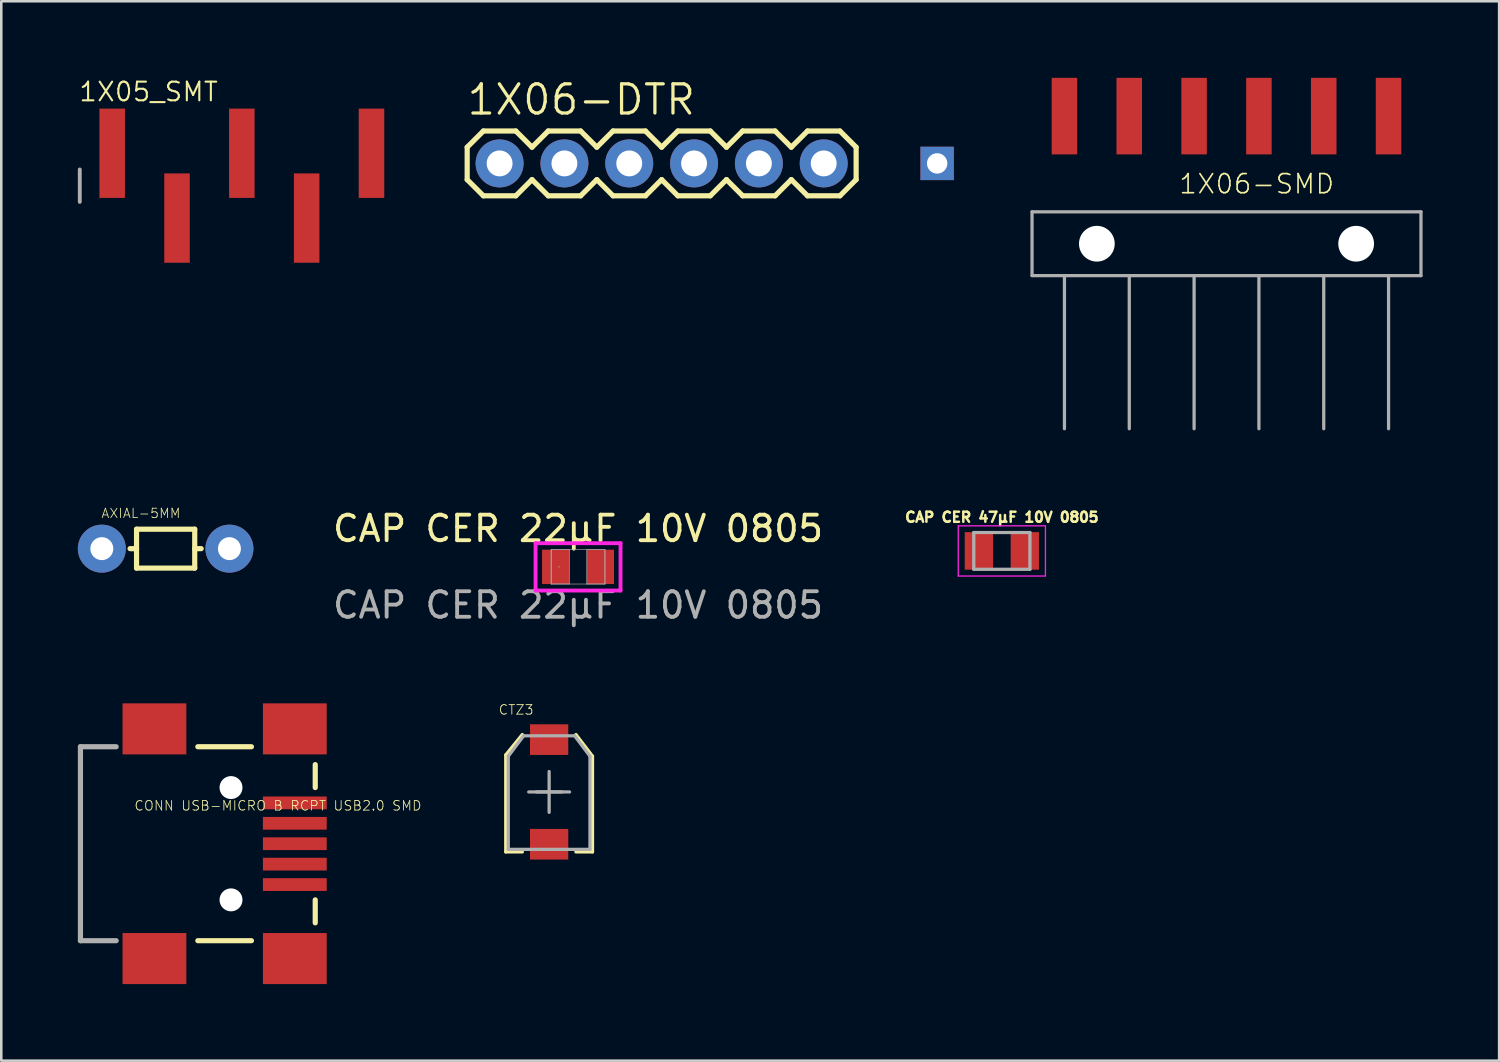
<source format=kicad_pcb>
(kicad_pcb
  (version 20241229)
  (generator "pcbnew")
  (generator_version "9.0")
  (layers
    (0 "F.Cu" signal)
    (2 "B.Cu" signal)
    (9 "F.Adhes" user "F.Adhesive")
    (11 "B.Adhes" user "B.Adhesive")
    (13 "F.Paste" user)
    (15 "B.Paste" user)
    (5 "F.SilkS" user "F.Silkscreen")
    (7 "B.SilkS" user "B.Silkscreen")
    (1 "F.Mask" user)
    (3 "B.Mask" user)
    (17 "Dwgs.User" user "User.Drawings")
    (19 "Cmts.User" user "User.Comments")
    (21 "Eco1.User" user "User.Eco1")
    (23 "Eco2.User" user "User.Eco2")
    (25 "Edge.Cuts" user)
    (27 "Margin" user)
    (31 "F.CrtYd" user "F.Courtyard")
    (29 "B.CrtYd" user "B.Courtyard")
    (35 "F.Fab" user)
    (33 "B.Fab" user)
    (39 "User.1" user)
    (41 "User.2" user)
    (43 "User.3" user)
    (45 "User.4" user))
  (footprint "AXIAL-5MM"
    (layer "F.Cu")
    (at 3.44 18.448)
    (property "Reference" "AXIAL-5MM" (at -2.54 -1.17 0) (unlocked yes) (layer "F.SilkS") (effects (font (size 0.368 0.368) (thickness 0.032)) (justify left bottom)))
    (fp_line (start -1.14 -0.762) (end 1.14 -0.762) (stroke (width 0.203) (type solid)) (layer "F.SilkS"))
    (fp_line (start -1.14 0) (end -1.394 0) (stroke (width 0.203) (type solid)) (layer "F.SilkS"))
    (fp_line (start -1.14 0) (end -1.14 -0.762) (stroke (width 0.203) (type solid)) (layer "F.SilkS"))
    (fp_line (start -1.14 0.762) (end -1.14 0) (stroke (width 0.203) (type solid)) (layer "F.SilkS"))
    (fp_line (start 1.14 -0.762) (end 1.14 0) (stroke (width 0.203) (type solid)) (layer "F.SilkS"))
    (fp_line (start 1.14 0) (end 1.14 0.762) (stroke (width 0.203) (type solid)) (layer "F.SilkS"))
    (fp_line (start 1.14 0) (end 1.394 0) (stroke (width 0.203) (type solid)) (layer "F.SilkS"))
    (fp_line (start 1.14 0.762) (end -1.14 0.762) (stroke (width 0.203) (type solid)) (layer "F.SilkS"))
    (pad "P$1" thru_hole circle (at -2.5 0) (size 1.88 1.88) (drill 0.9) (layers "*.Cu" "*.Mask"))
    (pad "P$2" thru_hole circle (at 2.5 0) (size 1.88 1.88) (drill 0.9) (layers "*.Cu" "*.Mask")))
  (footprint "CONN USB-MICRO B RCPT USB2.0 SMD"
    (layer "F.Cu")
    (at 6.002 30.01)
    (property "Reference" "CONN USB-MICRO B RCPT USB2.0 SMD" (at -3.81 -1.27 0) (unlocked yes) (layer "F.SilkS") (effects (font (size 0.374 0.374) (thickness 0.033)) (justify left bottom)))
    (fp_line (start -1.3 -3.8) (end 0.8 -3.8) (stroke (width 0.203) (type solid)) (layer "F.SilkS"))
    (fp_line (start 0.8 3.8) (end -1.3 3.8) (stroke (width 0.203) (type solid)) (layer "F.SilkS"))
    (fp_line (start 3.3 -3.1) (end 3.3 -2.2) (stroke (width 0.203) (type solid)) (layer "F.SilkS"))
    (fp_line (start 3.3 2.2) (end 3.3 3.1) (stroke (width 0.203) (type solid)) (layer "F.SilkS"))
    (fp_line (start -5.9 -3.8) (end -5.9 3.8) (stroke (width 0.203) (type solid)) (layer "F.Fab"))
    (fp_line (start -5.9 -3.8) (end -4.5 -3.8) (stroke (width 0.203) (type solid)) (layer "F.Fab"))
    (fp_line (start -5.9 3.8) (end -4.5 3.8) (stroke (width 0.203) (type solid)) (layer "F.Fab"))
    (pad "" np_thru_hole circle (at 0 -2.2) (size 0.9 0.9) (drill 0.9) (layers "*.Cu" "*.Mask"))
    (pad "" np_thru_hole circle (at 0 2.2) (size 0.9 0.9) (drill 0.9) (layers "*.Cu" "*.Mask"))
    (pad "D+" smd rect (at 2.5 0) (size 2.5 0.5) (layers "F.Cu" "F.Mask" "F.Paste"))
    (pad "D-" smd rect (at 2.5 -0.8) (size 2.5 0.5) (layers "F.Cu" "F.Mask" "F.Paste"))
    (pad "GND" smd rect (at 2.5 1.6) (size 2.5 0.5) (layers "F.Cu" "F.Mask" "F.Paste"))
    (pad "ID" smd rect (at 2.5 0.8) (size 2.5 0.5) (layers "F.Cu" "F.Mask" "F.Paste"))
    (pad "MTN1" smd rect (at -3 -4.5) (size 2.5 2) (layers "F.Cu" "F.Mask" "F.Paste"))
    (pad "MTN2" smd rect (at 2.5 -4.5) (size 2.5 2) (layers "F.Cu" "F.Mask" "F.Paste"))
    (pad "MTN3" smd rect (at -3 4.5) (size 2.5 2) (layers "F.Cu" "F.Mask" "F.Paste"))
    (pad "MTN4" smd rect (at 2.5 4.5) (size 2.5 2) (layers "F.Cu" "F.Mask" "F.Paste"))
    (pad "VBUS" smd rect (at 2.5 -1.6) (size 2.5 0.5) (layers "F.Cu" "F.Mask" "F.Paste")))
  (footprint "1X05_SMT"
    (layer "F.Cu")
    (at 6.426 4.225)
    (property "Reference" "1X05_SMT" (at -6.426 -3.25 0) (unlocked yes) (layer "F.SilkS") (effects (font (size 0.732 0.732) (thickness 0.081)) (justify left bottom)))
    (fp_line (start -6.35 -0.635) (end -6.35 0.635) (stroke (width 0.152) (type solid)) (layer "F.Fab"))
    (pad "1" smd rect (at -5.08 -1.27) (size 1 3.5) (layers "F.Cu" "F.Mask" "F.Paste"))
    (pad "2" smd rect (at -2.54 1.27) (size 1 3.5) (layers "F.Cu" "F.Mask" "F.Paste"))
    (pad "3" smd rect (at 0 -1.27) (size 1 3.5) (layers "F.Cu" "F.Mask" "F.Paste"))
    (pad "4" smd rect (at 2.54 1.27) (size 1 3.5) (layers "F.Cu" "F.Mask" "F.Paste"))
    (pad "5" smd rect (at 5.08 -1.27) (size 1 3.5) (layers "F.Cu" "F.Mask" "F.Paste")))
  (footprint "CTZ3"
    (layer "F.Cu")
    (at 18.467 27.981)
    (property "Reference" "CTZ3" (at -2 -3 0) (unlocked yes) (layer "F.SilkS") (effects (font (size 0.374 0.374) (thickness 0.033)) (justify left bottom)))
    (fp_line (start -1.7 -1.45) (end -1.7 2.35) (stroke (width 0.127) (type solid)) (layer "F.SilkS"))
    (fp_line (start -1.7 2.35) (end -1.05 2.35) (stroke (width 0.127) (type solid)) (layer "F.SilkS"))
    (fp_line (start -1.05 -2.25) (end -1.7 -1.45) (stroke (width 0.127) (type solid)) (layer "F.SilkS"))
    (fp_line (start 1.05 -2.25) (end 1.7 -1.4) (stroke (width 0.127) (type solid)) (layer "F.SilkS"))
    (fp_line (start 1.7 -1.4) (end 1.7 2.35) (stroke (width 0.127) (type solid)) (layer "F.SilkS"))
    (fp_line (start 1.7 2.35) (end 1.05 2.35) (stroke (width 0.127) (type solid)) (layer "F.SilkS"))
    (fp_line (start -1.6 -1.4) (end -1.6 2.25) (stroke (width 0.127) (type solid)) (layer "F.Fab"))
    (fp_line (start -1.6 -1.4) (end -1 -2.2) (stroke (width 0.127) (type solid)) (layer "F.Fab"))
    (fp_line (start -1.6 2.25) (end 1.6 2.25) (stroke (width 0.127) (type solid)) (layer "F.Fab"))
    (fp_line (start -1 -2.2) (end 1 -2.2) (stroke (width 0.127) (type solid)) (layer "F.Fab"))
    (fp_line (start -0.8 0) (end 0.8 0) (stroke (width 0.127) (type solid)) (layer "F.Fab"))
    (fp_line (start -0.5 0) (end 0.5 0) (stroke (width 0.127) (type solid)) (layer "F.Fab"))
    (fp_line (start 0 -0.8) (end 0 0.8) (stroke (width 0.127) (type solid)) (layer "F.Fab"))
    (fp_line (start 1.6 -1.4) (end 1 -2.2) (stroke (width 0.127) (type solid)) (layer "F.Fab"))
    (fp_line (start 1.6 -1.4) (end 1.6 2.25) (stroke (width 0.127) (type solid)) (layer "F.Fab"))
    (pad "+" smd rect (at 0 -2.05) (size 1.5 1.2) (layers "F.Cu" "F.Mask" "F.Paste"))
    (pad "-" smd rect (at 0 2.05) (size 1.5 1.2) (layers "F.Cu" "F.Mask" "F.Paste")))
  (footprint "CAP CER 22μF 10V 0805"
    (layer "F.Cu")
    (at 19.6 19.162)
    (property "Reference" "CAP CER 22μF 10V 0805" (at 0 -1.5 0) (unlocked yes) (layer "F.SilkS") (effects (font (size 1 1) (thickness 0.15))))
    (attr smd)
    (fp_line (start -1.664 -0.927) (end 1.664 -0.927) (stroke (width 0.152) (type solid)) (layer "F.CrtYd"))
    (fp_line (start -1.664 0.927) (end -1.664 -0.927) (stroke (width 0.152) (type solid)) (layer "F.CrtYd"))
    (fp_line (start 1.664 -0.927) (end 1.664 0.927) (stroke (width 0.152) (type solid)) (layer "F.CrtYd"))
    (fp_line (start 1.664 0.927) (end -1.664 0.927) (stroke (width 0.152) (type solid)) (layer "F.CrtYd"))
    (fp_line (start -1.054 -0.673) (end -1.054 0.673) (stroke (width 0.025) (type solid)) (layer "F.Fab"))
    (fp_line (start -1.054 -0.673) (end -1.054 0.673) (stroke (width 0.025) (type solid)) (layer "F.Fab"))
    (fp_line (start -1.054 0.673) (end -0.343 0.673) (stroke (width 0.025) (type solid)) (layer "F.Fab"))
    (fp_line (start -1.054 0.673) (end 1.054 0.673) (stroke (width 0.025) (type solid)) (layer "F.Fab"))
    (fp_line (start -0.343 -0.673) (end -1.054 -0.673) (stroke (width 0.025) (type solid)) (layer "F.Fab"))
    (fp_line (start -0.343 0.673) (end -0.343 -0.673) (stroke (width 0.025) (type solid)) (layer "F.Fab"))
    (fp_line (start 0.343 -0.673) (end 0.343 0.673) (stroke (width 0.025) (type solid)) (layer "F.Fab"))
    (fp_line (start 0.343 0.673) (end 1.054 0.673) (stroke (width 0.025) (type solid)) (layer "F.Fab"))
    (fp_line (start 1.054 -0.673) (end -1.054 -0.673) (stroke (width 0.025) (type solid)) (layer "F.Fab"))
    (fp_line (start 1.054 -0.673) (end 0.343 -0.673) (stroke (width 0.025) (type solid)) (layer "F.Fab"))
    (fp_line (start 1.054 0.673) (end 1.054 -0.673) (stroke (width 0.025) (type solid)) (layer "F.Fab"))
    (fp_line (start 1.054 0.673) (end 1.054 -0.673) (stroke (width 0.025) (type solid)) (layer "F.Fab"))
    (fp_circle (center -0.749 0) (end -0.749 0) (stroke (width 0.025) (type solid)) (fill no) (layer "F.Fab"))
    (fp_text user "${REFERENCE}" (at 0 1.5 0) (unlocked yes) (layer "F.Fab") (effects (font (size 1 1) (thickness 0.15))))
    (pad "1" smd rect (at -0.876 0) (size 1.067 1.346) (layers "F.Cu" "F.Mask" "F.Paste"))
    (pad "2" smd rect (at 0.876 0) (size 1.067 1.346) (layers "F.Cu" "F.Mask" "F.Paste"))
    (zone (net_name "") (layer "F.Cu") (hatch full 0.508) (connect_pads) (min_thickness 0.254) (filled_areas_thickness no) (keepout (tracks not_allowed) (vias not_allowed) (pads allowed) (copperpour not_allowed) (footprints allowed)) (placement (enabled no)) (fill) (polygon (pts (xy 19.308 18.539) (xy 19.892 18.539) (xy 19.892 19.784) (xy 19.308 19.784)))))
  (footprint "1X06-SMD"
    (layer "F.Cu")
    (at 45.009 6.5)
    (property "Reference" "1X06-SMD" (at -1.905 -1.905 0) (unlocked yes) (layer "F.SilkS") (effects (font (size 0.748 0.748) (thickness 0.065)) (justify left bottom)))
    (fp_line (start -7.62 -1.25) (end -7.62 1.25) (stroke (width 0.127) (type solid)) (layer "F.Fab"))
    (fp_line (start -7.62 1.25) (end -6.35 1.25) (stroke (width 0.127) (type solid)) (layer "F.Fab"))
    (fp_line (start -6.35 1.25) (end -6.35 7.25) (stroke (width 0.127) (type solid)) (layer "F.Fab"))
    (fp_line (start -6.35 1.25) (end -3.81 1.25) (stroke (width 0.127) (type solid)) (layer "F.Fab"))
    (fp_line (start -3.81 1.25) (end -3.81 7.25) (stroke (width 0.127) (type solid)) (layer "F.Fab"))
    (fp_line (start -3.81 1.25) (end -1.27 1.25) (stroke (width 0.127) (type solid)) (layer "F.Fab"))
    (fp_line (start -1.27 1.25) (end -1.27 7.25) (stroke (width 0.127) (type solid)) (layer "F.Fab"))
    (fp_line (start -1.27 1.25) (end 1.27 1.25) (stroke (width 0.127) (type solid)) (layer "F.Fab"))
    (fp_line (start 1.27 1.25) (end 1.27 7.25) (stroke (width 0.127) (type solid)) (layer "F.Fab"))
    (fp_line (start 1.27 1.25) (end 3.81 1.25) (stroke (width 0.127) (type solid)) (layer "F.Fab"))
    (fp_line (start 3.81 1.25) (end 3.81 7.25) (stroke (width 0.127) (type solid)) (layer "F.Fab"))
    (fp_line (start 3.81 1.25) (end 6.35 1.25) (stroke (width 0.127) (type solid)) (layer "F.Fab"))
    (fp_line (start 6.35 1.25) (end 6.35 7.25) (stroke (width 0.127) (type solid)) (layer "F.Fab"))
    (fp_line (start 6.35 1.25) (end 7.62 1.25) (stroke (width 0.127) (type solid)) (layer "F.Fab"))
    (fp_line (start 7.62 -1.25) (end -7.62 -1.25) (stroke (width 0.127) (type solid)) (layer "F.Fab"))
    (fp_line (start 7.62 1.25) (end 7.62 -1.25) (stroke (width 0.127) (type solid)) (layer "F.Fab"))
    (pad "" np_thru_hole circle (at -5.08 0) (size 1.4 1.4) (drill 1.4) (layers "*.Cu" "*.Mask"))
    (pad "" np_thru_hole circle (at 5.08 0) (size 1.4 1.4) (drill 1.4) (layers "*.Cu" "*.Mask"))
    (pad "1" smd rect (at -6.35 -5 90) (size 3 1) (layers "F.Cu" "F.Mask" "F.Paste"))
    (pad "2" smd rect (at -3.81 -5 90) (size 3 1) (layers "F.Cu" "F.Mask" "F.Paste"))
    (pad "3" smd rect (at -1.27 -5 90) (size 3 1) (layers "F.Cu" "F.Mask" "F.Paste"))
    (pad "4" smd rect (at 1.27 -5 90) (size 3 1) (layers "F.Cu" "F.Mask" "F.Paste"))
    (pad "5" smd rect (at 3.81 -5 90) (size 3 1) (layers "F.Cu" "F.Mask" "F.Paste"))
    (pad "6" smd rect (at 6.35 -5 90) (size 3 1) (layers "F.Cu" "F.Mask" "F.Paste")))
  (footprint "CAP CER 47μF 10V 0805"
    (layer "F.Cu")
    (at 36.206 18.537)
    (property "Reference" "CAP CER 47μF 10V 0805" (at 0 -1.32 0) (layer "F.SilkS") (effects (font (size 0.394 0.394) (thickness 0.098))))
    (attr smd)
    (fp_line (start -1.708 -0.983) (end 1.708 -0.983) (stroke (width 0.05) (type solid)) (layer "F.CrtYd"))
    (fp_line (start -1.708 0.983) (end -1.708 -0.983) (stroke (width 0.05) (type solid)) (layer "F.CrtYd"))
    (fp_line (start -1.708 0.983) (end 1.708 0.983) (stroke (width 0.05) (type solid)) (layer "F.CrtYd"))
    (fp_line (start 1.708 0.983) (end 1.708 -0.983) (stroke (width 0.05) (type solid)) (layer "F.CrtYd"))
    (fp_line (start -1.1 0.72) (end -1.1 -0.72) (stroke (width 0.127) (type solid)) (layer "F.Fab"))
    (fp_line (start 1.1 -0.72) (end -1.1 -0.72) (stroke (width 0.127) (type solid)) (layer "F.Fab"))
    (fp_line (start 1.1 0.72) (end -1.1 0.72) (stroke (width 0.127) (type solid)) (layer "F.Fab"))
    (fp_line (start 1.1 0.72) (end 1.1 -0.72) (stroke (width 0.127) (type solid)) (layer "F.Fab"))
    (pad "1" smd rect (at -0.9 0) (size 1.11 1.47) (layers "F.Cu" "F.Mask" "F.Paste"))
    (pad "2" smd rect (at 0.9 0) (size 1.11 1.47) (layers "F.Cu" "F.Mask" "F.Paste")))
  (footprint "1X06-DTR"
    (layer "F.Cu")
    (at 15.256 6.528)
    (property "Reference" "1X06-DTR" (at -0.076 -5.004 0) (unlocked yes) (layer "F.SilkS") (effects (font (size 1.143 1.143) (thickness 0.127)) (justify left bottom)))
    (fp_line (start 0 -3.81) (end 0 -2.54) (stroke (width 0.203) (type solid)) (layer "F.SilkS"))
    (fp_line (start 0 -2.54) (end 0.635 -1.905) (stroke (width 0.203) (type solid)) (layer "F.SilkS"))
    (fp_line (start 0.635 -4.445) (end 0 -3.81) (stroke (width 0.203) (type solid)) (layer "F.SilkS"))
    (fp_line (start 0.635 -4.445) (end 1.905 -4.445) (stroke (width 0.203) (type solid)) (layer "F.SilkS"))
    (fp_line (start 1.905 -4.445) (end 2.54 -3.81) (stroke (width 0.203) (type solid)) (layer "F.SilkS"))
    (fp_line (start 1.905 -1.905) (end 0.635 -1.905) (stroke (width 0.203) (type solid)) (layer "F.SilkS"))
    (fp_line (start 2.54 -3.81) (end 3.175 -4.445) (stroke (width 0.203) (type solid)) (layer "F.SilkS"))
    (fp_line (start 2.54 -2.54) (end 1.905 -1.905) (stroke (width 0.203) (type solid)) (layer "F.SilkS"))
    (fp_line (start 3.175 -4.445) (end 4.445 -4.445) (stroke (width 0.203) (type solid)) (layer "F.SilkS"))
    (fp_line (start 3.175 -1.905) (end 2.54 -2.54) (stroke (width 0.203) (type solid)) (layer "F.SilkS"))
    (fp_line (start 4.445 -4.445) (end 5.08 -3.81) (stroke (width 0.203) (type solid)) (layer "F.SilkS"))
    (fp_line (start 4.445 -1.905) (end 3.175 -1.905) (stroke (width 0.203) (type solid)) (layer "F.SilkS"))
    (fp_line (start 5.08 -3.81) (end 5.715 -4.445) (stroke (width 0.203) (type solid)) (layer "F.SilkS"))
    (fp_line (start 5.08 -2.54) (end 4.445 -1.905) (stroke (width 0.203) (type solid)) (layer "F.SilkS"))
    (fp_line (start 5.715 -4.445) (end 6.985 -4.445) (stroke (width 0.203) (type solid)) (layer "F.SilkS"))
    (fp_line (start 5.715 -1.905) (end 5.08 -2.54) (stroke (width 0.203) (type solid)) (layer "F.SilkS"))
    (fp_line (start 6.985 -4.445) (end 7.62 -3.81) (stroke (width 0.203) (type solid)) (layer "F.SilkS"))
    (fp_line (start 6.985 -1.905) (end 5.715 -1.905) (stroke (width 0.203) (type solid)) (layer "F.SilkS"))
    (fp_line (start 7.62 -2.54) (end 6.985 -1.905) (stroke (width 0.203) (type solid)) (layer "F.SilkS"))
    (fp_line (start 7.62 -2.54) (end 8.255 -1.905) (stroke (width 0.203) (type solid)) (layer "F.SilkS"))
    (fp_line (start 8.255 -4.445) (end 7.62 -3.81) (stroke (width 0.203) (type solid)) (layer "F.SilkS"))
    (fp_line (start 8.255 -4.445) (end 9.525 -4.445) (stroke (width 0.203) (type solid)) (layer "F.SilkS"))
    (fp_line (start 9.525 -4.445) (end 10.16 -3.81) (stroke (width 0.203) (type solid)) (layer "F.SilkS"))
    (fp_line (start 9.525 -1.905) (end 8.255 -1.905) (stroke (width 0.203) (type solid)) (layer "F.SilkS"))
    (fp_line (start 10.16 -3.81) (end 10.795 -4.445) (stroke (width 0.203) (type solid)) (layer "F.SilkS"))
    (fp_line (start 10.16 -2.54) (end 9.525 -1.905) (stroke (width 0.203) (type solid)) (layer "F.SilkS"))
    (fp_line (start 10.795 -4.445) (end 12.065 -4.445) (stroke (width 0.203) (type solid)) (layer "F.SilkS"))
    (fp_line (start 10.795 -1.905) (end 10.16 -2.54) (stroke (width 0.203) (type solid)) (layer "F.SilkS"))
    (fp_line (start 12.065 -4.445) (end 12.7 -3.81) (stroke (width 0.203) (type solid)) (layer "F.SilkS"))
    (fp_line (start 12.065 -1.905) (end 10.795 -1.905) (stroke (width 0.203) (type solid)) (layer "F.SilkS"))
    (fp_line (start 12.7 -3.81) (end 13.335 -4.445) (stroke (width 0.203) (type solid)) (layer "F.SilkS"))
    (fp_line (start 12.7 -2.54) (end 12.065 -1.905) (stroke (width 0.203) (type solid)) (layer "F.SilkS"))
    (fp_line (start 13.335 -4.445) (end 14.605 -4.445) (stroke (width 0.203) (type solid)) (layer "F.SilkS"))
    (fp_line (start 13.335 -1.905) (end 12.7 -2.54) (stroke (width 0.203) (type solid)) (layer "F.SilkS"))
    (fp_line (start 14.605 -4.445) (end 15.24 -3.81) (stroke (width 0.203) (type solid)) (layer "F.SilkS"))
    (fp_line (start 14.605 -1.905) (end 13.335 -1.905) (stroke (width 0.203) (type solid)) (layer "F.SilkS"))
    (fp_line (start 15.24 -3.81) (end 15.24 -2.54) (stroke (width 0.203) (type solid)) (layer "F.SilkS"))
    (fp_line (start 15.24 -2.54) (end 14.605 -1.905) (stroke (width 0.203) (type solid)) (layer "F.SilkS"))
    (fp_poly (pts (xy 1.016 -2.921) (xy 1.524 -2.921) (xy 1.524 -3.429) (xy 1.016 -3.429)) (stroke (width 0.1) (type default)) (fill no) (layer "F.Fab"))
    (fp_poly (pts (xy 3.556 -2.921) (xy 4.064 -2.921) (xy 4.064 -3.429) (xy 3.556 -3.429)) (stroke (width 0.1) (type default)) (fill no) (layer "F.Fab"))
    (fp_poly (pts (xy 6.096 -2.921) (xy 6.604 -2.921) (xy 6.604 -3.429) (xy 6.096 -3.429)) (stroke (width 0.1) (type default)) (fill no) (layer "F.Fab"))
    (fp_poly (pts (xy 8.636 -2.921) (xy 9.144 -2.921) (xy 9.144 -3.429) (xy 8.636 -3.429)) (stroke (width 0.1) (type default)) (fill no) (layer "F.Fab"))
    (fp_poly (pts (xy 11.176 -2.921) (xy 11.684 -2.921) (xy 11.684 -3.429) (xy 11.176 -3.429)) (stroke (width 0.1) (type default)) (fill no) (layer "F.Fab"))
    (fp_poly (pts (xy 13.716 -2.921) (xy 14.224 -2.921) (xy 14.224 -3.429) (xy 13.716 -3.429)) (stroke (width 0.1) (type default)) (fill no) (layer "F.Fab"))
    (pad "1" thru_hole circle (at 1.27 -3.175 90) (size 1.88 1.88) (drill 1.016) (layers "*.Cu" "*.Mask"))
    (pad "2" thru_hole circle (at 3.81 -3.175 90) (size 1.88 1.88) (drill 1.016) (layers "*.Cu" "*.Mask"))
    (pad "3" thru_hole circle (at 6.35 -3.175 90) (size 1.88 1.88) (drill 1.016) (layers "*.Cu" "*.Mask"))
    (pad "4" thru_hole circle (at 8.89 -3.175 90) (size 1.88 1.88) (drill 1.016) (layers "*.Cu" "*.Mask"))
    (pad "5" thru_hole circle (at 11.43 -3.175 90) (size 1.88 1.88) (drill 1.016) (layers "*.Cu" "*.Mask"))
    (pad "6" thru_hole circle (at 13.97 -3.175 90) (size 1.88 1.88) (drill 1.016) (layers "*.Cu" "*.Mask"))
    (pad "DTR" thru_hole rect (at 18.415 -3.175) (size 1.308 1.308) (drill 0.8) (layers "*.Cu" "*.Mask")))
  (gr_rect
    (start -3 -3)
    (end 55.692 38.51)
    (stroke (width 0.1) (type default))
    (fill no)
    (layer "Edge.Cuts")))
</source>
